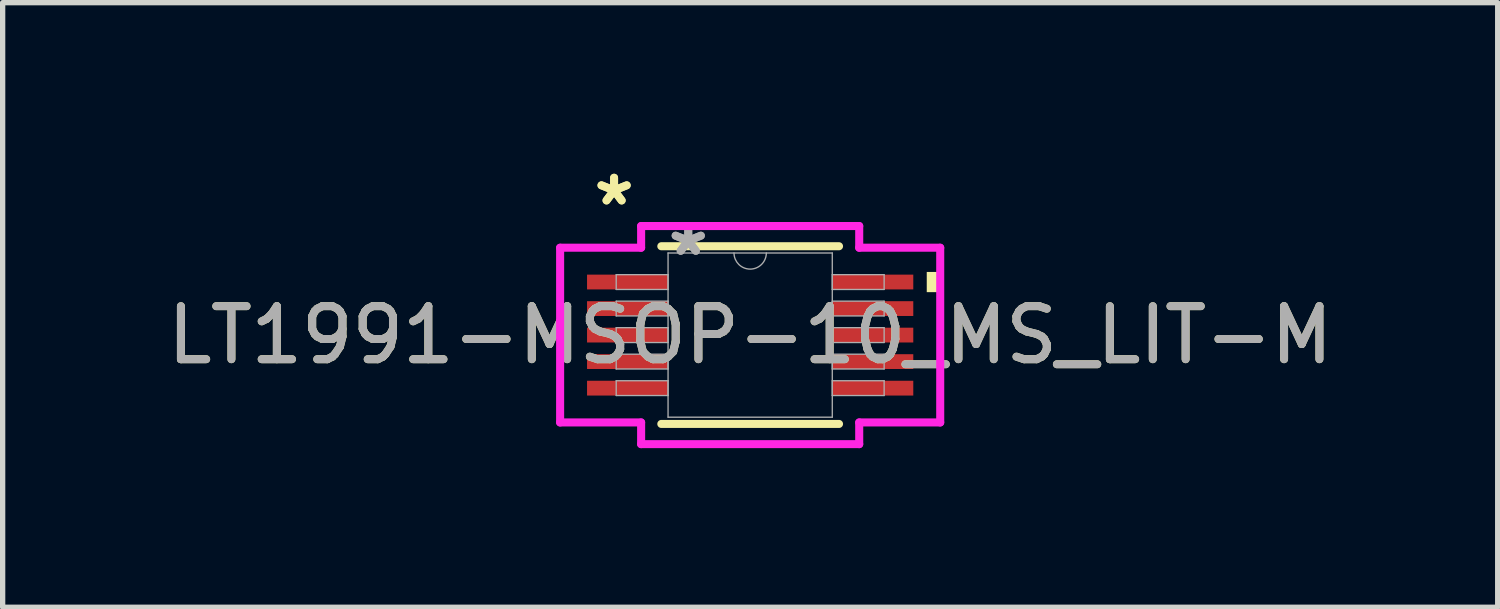
<source format=kicad_pcb>
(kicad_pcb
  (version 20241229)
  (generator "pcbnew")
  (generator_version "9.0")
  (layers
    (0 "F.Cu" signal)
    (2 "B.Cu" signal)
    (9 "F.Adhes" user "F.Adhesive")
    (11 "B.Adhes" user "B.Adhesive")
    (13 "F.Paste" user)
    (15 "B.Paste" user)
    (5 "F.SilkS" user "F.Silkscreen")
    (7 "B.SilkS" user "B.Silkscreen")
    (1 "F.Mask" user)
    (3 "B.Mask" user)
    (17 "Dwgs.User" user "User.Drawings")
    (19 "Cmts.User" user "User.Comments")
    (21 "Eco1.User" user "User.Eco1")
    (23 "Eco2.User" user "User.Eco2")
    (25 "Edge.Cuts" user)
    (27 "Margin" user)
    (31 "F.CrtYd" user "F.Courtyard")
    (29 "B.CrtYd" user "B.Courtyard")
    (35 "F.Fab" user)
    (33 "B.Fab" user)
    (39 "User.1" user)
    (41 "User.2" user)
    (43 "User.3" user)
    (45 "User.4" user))
  (footprint "LT1991-MSOP-10_MS_LIT-M"
    (layer "F.Cu")
    (at 11.101 3.271)
    (property "Reference" "LT1991-MSOP-10_MS_LIT-M" (at 0 0 0) (unlocked yes) (layer "F.SilkS") (effects (font (size 1 1) (thickness 0.15))))
    (attr smd)
    (fp_line (start -1.676 1.676) (end 1.676 1.676) (stroke (width 0.152) (type solid)) (layer "F.SilkS"))
    (fp_line (start 1.676 -1.676) (end -1.676 -1.676) (stroke (width 0.152) (type solid)) (layer "F.SilkS"))
    (fp_poly (pts (xy 3.585 -1.191) (xy 3.585 -0.81) (xy 3.331 -0.81) (xy 3.331 -1.191)) (stroke (width 0) (type solid)) (fill yes) (layer "F.SilkS"))
    (fp_line (start -3.585 -1.648) (end -2.057 -1.648) (stroke (width 0.152) (type solid)) (layer "F.CrtYd"))
    (fp_line (start -3.585 1.648) (end -3.585 -1.648) (stroke (width 0.152) (type solid)) (layer "F.CrtYd"))
    (fp_line (start -3.585 1.648) (end -2.057 1.648) (stroke (width 0.152) (type solid)) (layer "F.CrtYd"))
    (fp_line (start -2.057 -2.057) (end 2.057 -2.057) (stroke (width 0.152) (type solid)) (layer "F.CrtYd"))
    (fp_line (start -2.057 -1.648) (end -2.057 -2.057) (stroke (width 0.152) (type solid)) (layer "F.CrtYd"))
    (fp_line (start -2.057 2.057) (end -2.057 1.648) (stroke (width 0.152) (type solid)) (layer "F.CrtYd"))
    (fp_line (start 2.057 -2.057) (end 2.057 -1.648) (stroke (width 0.152) (type solid)) (layer "F.CrtYd"))
    (fp_line (start 2.057 1.648) (end 2.057 2.057) (stroke (width 0.152) (type solid)) (layer "F.CrtYd"))
    (fp_line (start 2.057 2.057) (end -2.057 2.057) (stroke (width 0.152) (type solid)) (layer "F.CrtYd"))
    (fp_line (start 3.585 -1.648) (end 2.057 -1.648) (stroke (width 0.152) (type solid)) (layer "F.CrtYd"))
    (fp_line (start 3.585 -1.648) (end 3.585 1.648) (stroke (width 0.152) (type solid)) (layer "F.CrtYd"))
    (fp_line (start 3.585 1.648) (end 2.057 1.648) (stroke (width 0.152) (type solid)) (layer "F.CrtYd"))
    (fp_line (start -2.527 -1.14) (end -2.527 -0.861) (stroke (width 0.025) (type solid)) (layer "F.Fab"))
    (fp_line (start -2.527 -0.861) (end -1.549 -0.861) (stroke (width 0.025) (type solid)) (layer "F.Fab"))
    (fp_line (start -2.527 -0.64) (end -2.527 -0.361) (stroke (width 0.025) (type solid)) (layer "F.Fab"))
    (fp_line (start -2.527 -0.361) (end -1.549 -0.361) (stroke (width 0.025) (type solid)) (layer "F.Fab"))
    (fp_line (start -2.527 -0.14) (end -2.527 0.14) (stroke (width 0.025) (type solid)) (layer "F.Fab"))
    (fp_line (start -2.527 0.14) (end -1.549 0.14) (stroke (width 0.025) (type solid)) (layer "F.Fab"))
    (fp_line (start -2.527 0.361) (end -2.527 0.64) (stroke (width 0.025) (type solid)) (layer "F.Fab"))
    (fp_line (start -2.527 0.64) (end -1.549 0.64) (stroke (width 0.025) (type solid)) (layer "F.Fab"))
    (fp_line (start -2.527 0.861) (end -2.527 1.14) (stroke (width 0.025) (type solid)) (layer "F.Fab"))
    (fp_line (start -2.527 1.14) (end -1.549 1.14) (stroke (width 0.025) (type solid)) (layer "F.Fab"))
    (fp_line (start -1.549 -1.549) (end -1.549 1.549) (stroke (width 0.025) (type solid)) (layer "F.Fab"))
    (fp_line (start -1.549 -1.14) (end -2.527 -1.14) (stroke (width 0.025) (type solid)) (layer "F.Fab"))
    (fp_line (start -1.549 -0.861) (end -1.549 -1.14) (stroke (width 0.025) (type solid)) (layer "F.Fab"))
    (fp_line (start -1.549 -0.64) (end -2.527 -0.64) (stroke (width 0.025) (type solid)) (layer "F.Fab"))
    (fp_line (start -1.549 -0.361) (end -1.549 -0.64) (stroke (width 0.025) (type solid)) (layer "F.Fab"))
    (fp_line (start -1.549 -0.14) (end -2.527 -0.14) (stroke (width 0.025) (type solid)) (layer "F.Fab"))
    (fp_line (start -1.549 0.14) (end -1.549 -0.14) (stroke (width 0.025) (type solid)) (layer "F.Fab"))
    (fp_line (start -1.549 0.361) (end -2.527 0.361) (stroke (width 0.025) (type solid)) (layer "F.Fab"))
    (fp_line (start -1.549 0.64) (end -1.549 0.361) (stroke (width 0.025) (type solid)) (layer "F.Fab"))
    (fp_line (start -1.549 0.861) (end -2.527 0.861) (stroke (width 0.025) (type solid)) (layer "F.Fab"))
    (fp_line (start -1.549 1.14) (end -1.549 0.861) (stroke (width 0.025) (type solid)) (layer "F.Fab"))
    (fp_line (start -1.549 1.549) (end 1.549 1.549) (stroke (width 0.025) (type solid)) (layer "F.Fab"))
    (fp_line (start 1.549 -1.549) (end -1.549 -1.549) (stroke (width 0.025) (type solid)) (layer "F.Fab"))
    (fp_line (start 1.549 -1.14) (end 1.549 -0.861) (stroke (width 0.025) (type solid)) (layer "F.Fab"))
    (fp_line (start 1.549 -0.861) (end 2.527 -0.861) (stroke (width 0.025) (type solid)) (layer "F.Fab"))
    (fp_line (start 1.549 -0.64) (end 1.549 -0.361) (stroke (width 0.025) (type solid)) (layer "F.Fab"))
    (fp_line (start 1.549 -0.361) (end 2.527 -0.361) (stroke (width 0.025) (type solid)) (layer "F.Fab"))
    (fp_line (start 1.549 -0.14) (end 1.549 0.14) (stroke (width 0.025) (type solid)) (layer "F.Fab"))
    (fp_line (start 1.549 0.14) (end 2.527 0.14) (stroke (width 0.025) (type solid)) (layer "F.Fab"))
    (fp_line (start 1.549 0.361) (end 1.549 0.64) (stroke (width 0.025) (type solid)) (layer "F.Fab"))
    (fp_line (start 1.549 0.64) (end 2.527 0.64) (stroke (width 0.025) (type solid)) (layer "F.Fab"))
    (fp_line (start 1.549 0.861) (end 1.549 1.14) (stroke (width 0.025) (type solid)) (layer "F.Fab"))
    (fp_line (start 1.549 1.14) (end 2.527 1.14) (stroke (width 0.025) (type solid)) (layer "F.Fab"))
    (fp_line (start 1.549 1.549) (end 1.549 -1.549) (stroke (width 0.025) (type solid)) (layer "F.Fab"))
    (fp_line (start 2.527 -1.14) (end 1.549 -1.14) (stroke (width 0.025) (type solid)) (layer "F.Fab"))
    (fp_line (start 2.527 -0.861) (end 2.527 -1.14) (stroke (width 0.025) (type solid)) (layer "F.Fab"))
    (fp_line (start 2.527 -0.64) (end 1.549 -0.64) (stroke (width 0.025) (type solid)) (layer "F.Fab"))
    (fp_line (start 2.527 -0.361) (end 2.527 -0.64) (stroke (width 0.025) (type solid)) (layer "F.Fab"))
    (fp_line (start 2.527 -0.14) (end 1.549 -0.14) (stroke (width 0.025) (type solid)) (layer "F.Fab"))
    (fp_line (start 2.527 0.14) (end 2.527 -0.14) (stroke (width 0.025) (type solid)) (layer "F.Fab"))
    (fp_line (start 2.527 0.361) (end 1.549 0.361) (stroke (width 0.025) (type solid)) (layer "F.Fab"))
    (fp_line (start 2.527 0.64) (end 2.527 0.361) (stroke (width 0.025) (type solid)) (layer "F.Fab"))
    (fp_line (start 2.527 0.861) (end 1.549 0.861) (stroke (width 0.025) (type solid)) (layer "F.Fab"))
    (fp_line (start 2.527 1.14) (end 2.527 0.861) (stroke (width 0.025) (type solid)) (layer "F.Fab"))
    (fp_arc (start 0.3048 -1.5494) (mid 0 -1.2446) (end -0.3048 -1.5494) (stroke (width 0.0254) (type solid)) (layer "F.Fab"))
    (fp_text user "*" (at -2.567 -2.423 0) (unlocked yes) (layer "F.SilkS") (effects (font (size 1 1) (thickness 0.15))))
    (fp_text user "*" (at -2.567 -2.423 0) (layer "F.SilkS") (effects (font (size 1 1) (thickness 0.15))))
    (fp_text user "*" (at -1.168 -1.473 0) (layer "F.Fab") (effects (font (size 1 1) (thickness 0.15))))
    (fp_text user "${REFERENCE}" (at 0 0 0) (unlocked yes) (layer "F.Fab") (effects (font (size 1 1) (thickness 0.15))))
    (fp_text user "*" (at -1.168 -1.473 0) (unlocked yes) (layer "F.Fab") (effects (font (size 1 1) (thickness 0.15))))
    (pad "1" smd rect (at -2.313 -1.001) (size 1.528 0.279) (layers "F.Cu" "F.Mask" "F.Paste"))
    (pad "2" smd rect (at -2.313 -0.5) (size 1.528 0.279) (layers "F.Cu" "F.Mask" "F.Paste"))
    (pad "3" smd rect (at -2.313 0) (size 1.528 0.279) (layers "F.Cu" "F.Mask" "F.Paste"))
    (pad "4" smd rect (at -2.313 0.5) (size 1.528 0.279) (layers "F.Cu" "F.Mask" "F.Paste"))
    (pad "5" smd rect (at -2.313 1.001) (size 1.528 0.279) (layers "F.Cu" "F.Mask" "F.Paste"))
    (pad "6" smd rect (at 2.313 1.001) (size 1.528 0.279) (layers "F.Cu" "F.Mask" "F.Paste"))
    (pad "7" smd rect (at 2.313 0.5) (size 1.528 0.279) (layers "F.Cu" "F.Mask" "F.Paste"))
    (pad "8" smd rect (at 2.313 0) (size 1.528 0.279) (layers "F.Cu" "F.Mask" "F.Paste"))
    (pad "9" smd rect (at 2.313 -0.5) (size 1.528 0.279) (layers "F.Cu" "F.Mask" "F.Paste"))
    (pad "10" smd rect (at 2.313 -1.001) (size 1.528 0.279) (layers "F.Cu" "F.Mask" "F.Paste")))
  (gr_rect
    (start -3 -3)
    (end 25.202 8.405)
    (stroke (width 0.1) (type default))
    (fill no)
    (layer "Edge.Cuts")))
</source>
